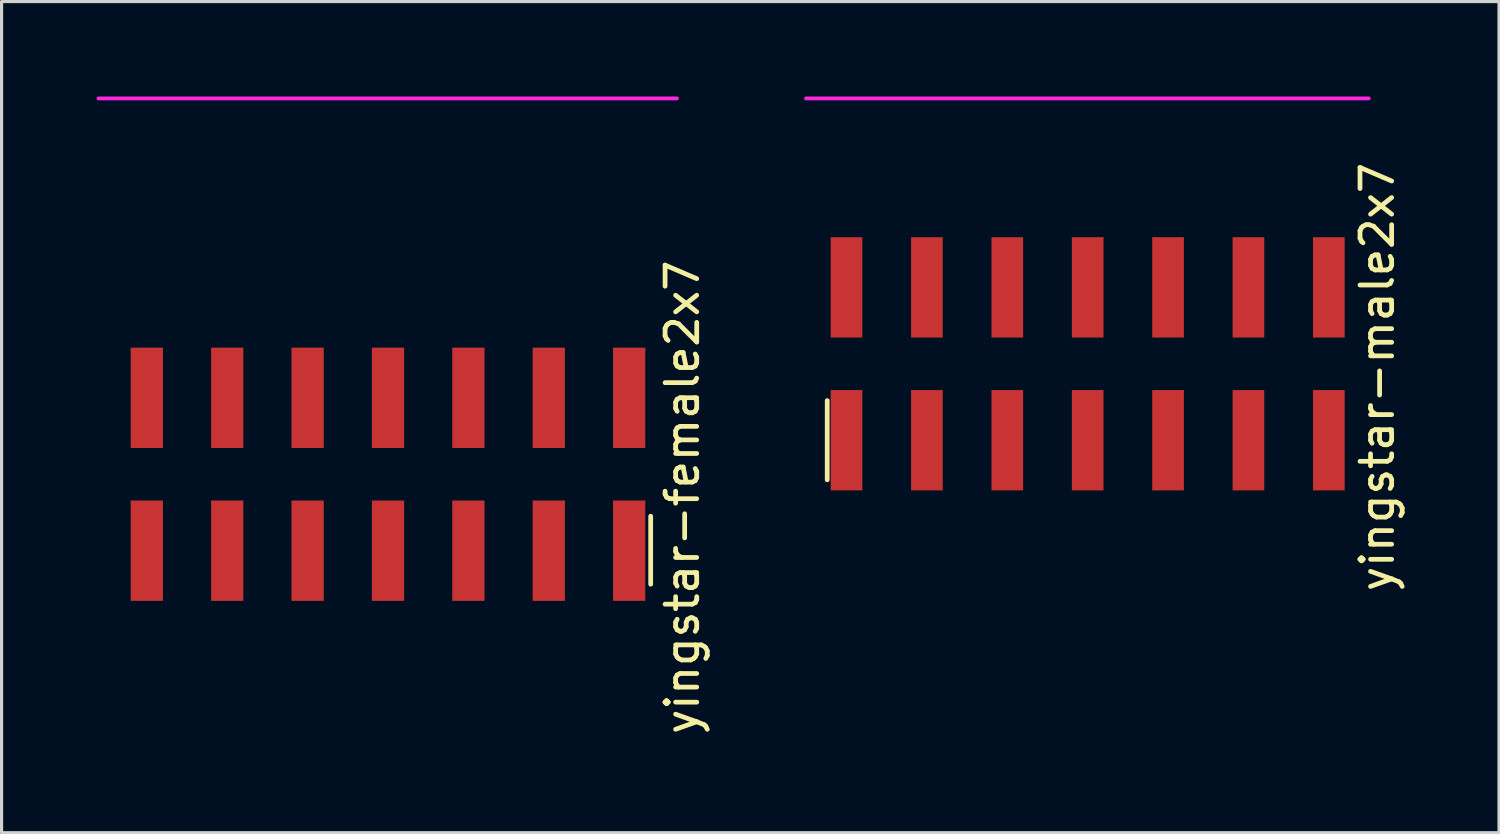
<source format=kicad_pcb>
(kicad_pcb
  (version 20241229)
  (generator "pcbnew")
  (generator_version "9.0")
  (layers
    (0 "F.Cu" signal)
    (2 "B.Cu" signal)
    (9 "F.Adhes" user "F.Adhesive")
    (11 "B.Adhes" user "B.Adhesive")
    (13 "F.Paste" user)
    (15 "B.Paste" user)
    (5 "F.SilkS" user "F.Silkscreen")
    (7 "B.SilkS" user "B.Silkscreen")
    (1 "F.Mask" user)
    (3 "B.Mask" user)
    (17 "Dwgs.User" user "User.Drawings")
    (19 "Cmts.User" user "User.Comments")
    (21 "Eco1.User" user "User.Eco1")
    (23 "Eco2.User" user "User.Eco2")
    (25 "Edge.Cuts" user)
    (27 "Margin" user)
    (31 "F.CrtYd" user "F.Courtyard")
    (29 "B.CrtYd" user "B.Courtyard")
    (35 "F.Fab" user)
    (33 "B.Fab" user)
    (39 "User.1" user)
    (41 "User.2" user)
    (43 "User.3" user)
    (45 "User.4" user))
  (footprint "yingstar-male2x7"
    (layer "F.Cu")
    (at 31.318 2.71)
    (property "Reference" "yingstar-male2x7" (at 9.15 6.15 270) (layer "F.SilkS") (effects (font (size 1 1) (thickness 0.15))))
    (attr through_hole)
    (fp_line (start -8.23 6.9) (end -8.23 9.4) (stroke (width 0.15) (type solid)) (layer "F.SilkS"))
    (fp_line (start -8.9 -2.65) (end 8.88 -2.65) (stroke (width 0.12) (type solid)) (layer "F.CrtYd"))
    (pad "1" smd rect (at -7.62 8.15) (size 1 3.17) (layers "F.Cu" "F.Mask" "F.Paste"))
    (pad "2" smd rect (at -7.62 3.32) (size 1 3.17) (layers "F.Cu" "F.Mask" "F.Paste"))
    (pad "3" smd rect (at -5.08 8.15) (size 1 3.17) (layers "F.Cu" "F.Mask" "F.Paste"))
    (pad "4" smd rect (at -5.08 3.32) (size 1 3.17) (layers "F.Cu" "F.Mask" "F.Paste"))
    (pad "5" smd rect (at -2.54 8.15) (size 1 3.17) (layers "F.Cu" "F.Mask" "F.Paste"))
    (pad "6" smd rect (at -2.54 3.32) (size 1 3.17) (layers "F.Cu" "F.Mask" "F.Paste"))
    (pad "7" smd rect (at 0 8.15) (size 1 3.17) (layers "F.Cu" "F.Mask" "F.Paste"))
    (pad "8" smd rect (at 0 3.32) (size 1 3.17) (layers "F.Cu" "F.Mask" "F.Paste"))
    (pad "9" smd rect (at 2.54 8.15) (size 1 3.17) (layers "F.Cu" "F.Mask" "F.Paste"))
    (pad "10" smd rect (at 2.54 3.32) (size 1 3.17) (layers "F.Cu" "F.Mask" "F.Paste"))
    (pad "11" smd rect (at 5.08 8.15) (size 1 3.17) (layers "F.Cu" "F.Mask" "F.Paste"))
    (pad "12" smd rect (at 5.08 3.32) (size 1 3.17) (layers "F.Cu" "F.Mask" "F.Paste"))
    (pad "13" smd rect (at 7.62 8.15) (size 1 3.17) (layers "F.Cu" "F.Mask" "F.Paste"))
    (pad "14" smd rect (at 7.62 3.32) (size 1 3.17) (layers "F.Cu" "F.Mask" "F.Paste")))
  (footprint "yingstar-female2x7"
    (layer "F.Cu")
    (at 9.21 7.21)
    (property "Reference" "yingstar-female2x7" (at 9.3 5.45 90) (layer "F.SilkS") (effects (font (size 1 1) (thickness 0.15))))
    (attr through_hole)
    (fp_line (start 8.3 6.05) (end 8.3 8.2) (stroke (width 0.15) (type solid)) (layer "F.SilkS"))
    (fp_line (start -9.15 -7.15) (end 9.13 -7.15) (stroke (width 0.12) (type solid)) (layer "F.CrtYd"))
    (pad "1" smd rect (at 7.62 7.14) (size 1.02 3.17) (layers "F.Cu" "F.Mask" "F.Paste"))
    (pad "2" smd rect (at 7.62 2.31) (size 1.02 3.17) (layers "F.Cu" "F.Mask" "F.Paste"))
    (pad "3" smd rect (at 5.08 7.14) (size 1.02 3.17) (layers "F.Cu" "F.Mask" "F.Paste"))
    (pad "4" smd rect (at 5.08 2.31) (size 1.02 3.17) (layers "F.Cu" "F.Mask" "F.Paste"))
    (pad "5" smd rect (at 2.54 7.14) (size 1.02 3.17) (layers "F.Cu" "F.Mask" "F.Paste"))
    (pad "6" smd rect (at 2.54 2.31) (size 1.02 3.17) (layers "F.Cu" "F.Mask" "F.Paste"))
    (pad "7" smd rect (at 0 7.14) (size 1.02 3.17) (layers "F.Cu" "F.Mask" "F.Paste"))
    (pad "8" smd rect (at 0 2.31) (size 1.02 3.17) (layers "F.Cu" "F.Mask" "F.Paste"))
    (pad "9" smd rect (at -2.54 7.14) (size 1.02 3.17) (layers "F.Cu" "F.Mask" "F.Paste"))
    (pad "10" smd rect (at -2.54 2.31) (size 1.02 3.17) (layers "F.Cu" "F.Mask" "F.Paste"))
    (pad "11" smd rect (at -5.08 7.14) (size 1.02 3.17) (layers "F.Cu" "F.Mask" "F.Paste"))
    (pad "12" smd rect (at -5.08 2.31) (size 1.02 3.17) (layers "F.Cu" "F.Mask" "F.Paste"))
    (pad "13" smd rect (at -7.62 7.14) (size 1.02 3.17) (layers "F.Cu" "F.Mask" "F.Paste"))
    (pad "14" smd rect (at -7.62 2.31) (size 1.02 3.17) (layers "F.Cu" "F.Mask" "F.Paste")))
  (gr_rect
    (start -3 -3)
    (end 44.316 23.261)
    (stroke (width 0.1) (type default))
    (fill no)
    (layer "Edge.Cuts")))
</source>
